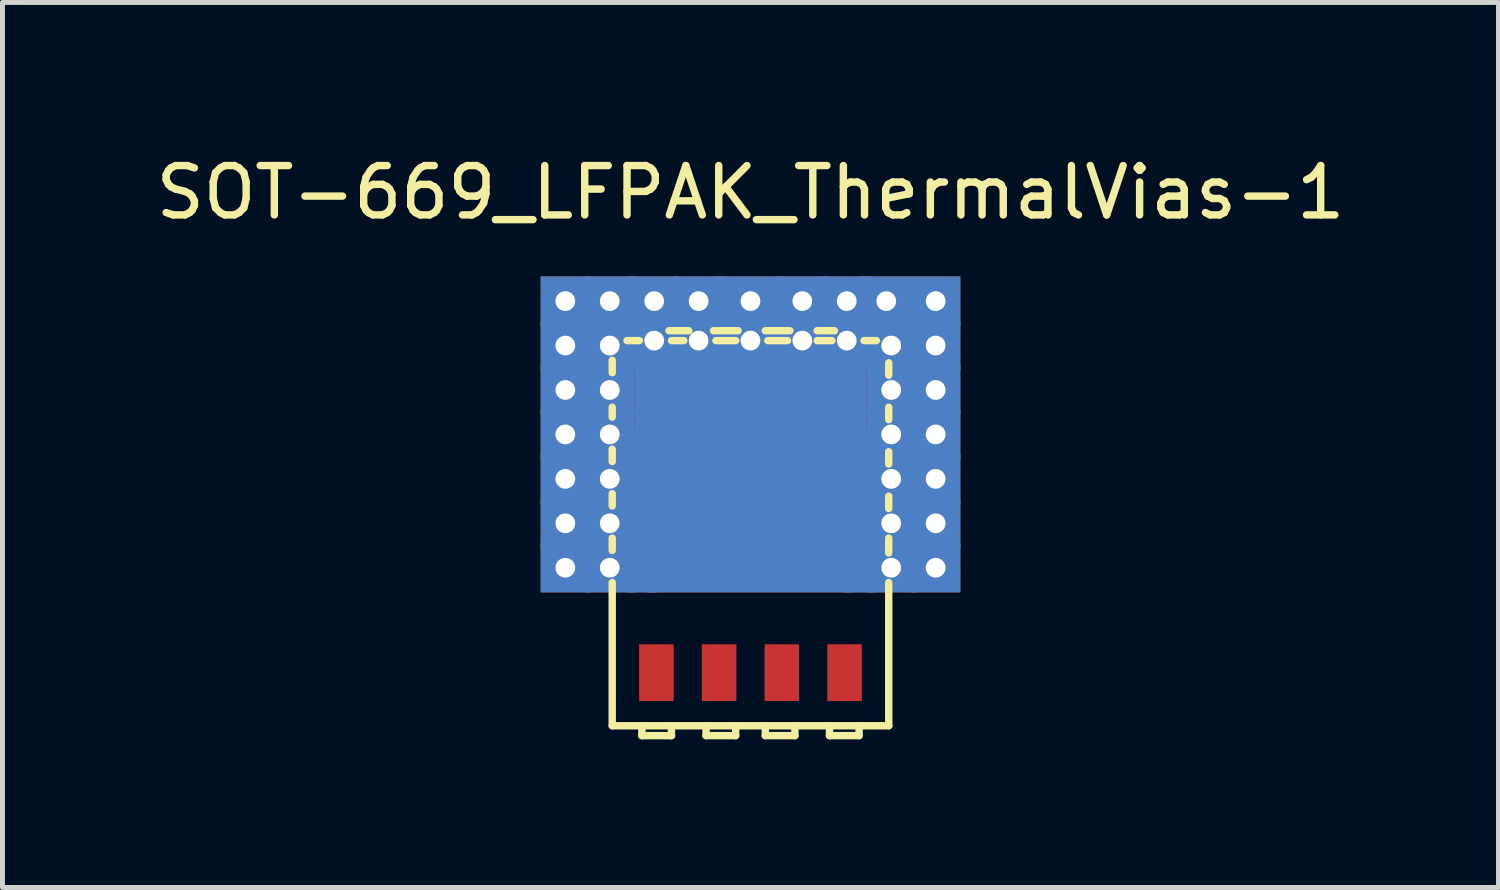
<source format=kicad_pcb>
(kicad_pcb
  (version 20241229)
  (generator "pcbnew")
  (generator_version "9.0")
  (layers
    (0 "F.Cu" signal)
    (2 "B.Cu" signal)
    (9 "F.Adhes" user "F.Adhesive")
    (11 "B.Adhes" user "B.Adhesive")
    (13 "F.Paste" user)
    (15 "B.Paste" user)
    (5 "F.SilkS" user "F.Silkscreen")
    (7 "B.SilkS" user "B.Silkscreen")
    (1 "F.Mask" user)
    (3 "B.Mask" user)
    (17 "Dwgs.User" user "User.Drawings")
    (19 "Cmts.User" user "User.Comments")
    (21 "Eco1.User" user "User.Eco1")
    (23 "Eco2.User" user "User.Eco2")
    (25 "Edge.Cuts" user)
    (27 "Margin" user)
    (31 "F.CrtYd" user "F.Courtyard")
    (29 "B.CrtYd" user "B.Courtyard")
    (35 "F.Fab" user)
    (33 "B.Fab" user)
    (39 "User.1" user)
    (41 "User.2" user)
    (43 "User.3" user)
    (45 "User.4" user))
  (footprint "SOT-669_LFPAK_ThermalVias-1"
    (layer "F.Cu")
    (at 12.149 7.748)
    (property "Reference" "SOT-669_LFPAK_ThermalVias-1" (at 0 -6.9 0) (layer "F.SilkS") (effects (font (size 1 1) (thickness 0.15))))
    (attr through_hole)
    (fp_line (start -2.8 -3.5) (end -2.8 -3.25) (stroke (width 0.15) (type solid)) (layer "F.SilkS"))
    (fp_line (start -2.8 -2.55) (end -2.8 -2.35) (stroke (width 0.15) (type solid)) (layer "F.SilkS"))
    (fp_line (start -2.8 -1.7) (end -2.8 -1.45) (stroke (width 0.15) (type solid)) (layer "F.SilkS"))
    (fp_line (start -2.8 -0.8) (end -2.8 -0.55) (stroke (width 0.15) (type solid)) (layer "F.SilkS"))
    (fp_line (start -2.8 0.1) (end -2.8 0.35) (stroke (width 0.15) (type solid)) (layer "F.SilkS"))
    (fp_line (start -2.8 1) (end -2.8 3.9) (stroke (width 0.15) (type solid)) (layer "F.SilkS"))
    (fp_line (start -2.25 -3.9) (end -2.5 -3.9) (stroke (width 0.15) (type solid)) (layer "F.SilkS"))
    (fp_line (start -2.2 3.9) (end -2.2 4.1) (stroke (width 0.15) (type solid)) (layer "F.SilkS"))
    (fp_line (start -2.2 4.1) (end -1.6 4.1) (stroke (width 0.15) (type solid)) (layer "F.SilkS"))
    (fp_line (start -1.6 4.1) (end -1.6 3.9) (stroke (width 0.15) (type solid)) (layer "F.SilkS"))
    (fp_line (start -1.35 -3.9) (end -1.6 -3.9) (stroke (width 0.15) (type solid)) (layer "F.SilkS"))
    (fp_line (start -1.25 -4.1) (end -1.65 -4.1) (stroke (width 0.15) (type solid)) (layer "F.SilkS"))
    (fp_line (start -0.9 3.9) (end -0.9 4.1) (stroke (width 0.15) (type solid)) (layer "F.SilkS"))
    (fp_line (start -0.9 4.1) (end -0.3 4.1) (stroke (width 0.15) (type solid)) (layer "F.SilkS"))
    (fp_line (start -0.3 -3.9) (end -0.7 -3.9) (stroke (width 0.15) (type solid)) (layer "F.SilkS"))
    (fp_line (start -0.3 4.1) (end -0.3 3.9) (stroke (width 0.15) (type solid)) (layer "F.SilkS"))
    (fp_line (start -0.25 -4.1) (end -0.75 -4.1) (stroke (width 0.15) (type solid)) (layer "F.SilkS"))
    (fp_line (start 0.3 3.9) (end 0.3 4.1) (stroke (width 0.15) (type solid)) (layer "F.SilkS"))
    (fp_line (start 0.3 4.1) (end 0.9 4.1) (stroke (width 0.15) (type solid)) (layer "F.SilkS"))
    (fp_line (start 0.75 -3.9) (end 0.35 -3.9) (stroke (width 0.15) (type solid)) (layer "F.SilkS"))
    (fp_line (start 0.8 -4.1) (end 0.3 -4.1) (stroke (width 0.15) (type solid)) (layer "F.SilkS"))
    (fp_line (start 0.9 4.1) (end 0.9 3.9) (stroke (width 0.15) (type solid)) (layer "F.SilkS"))
    (fp_line (start 1.6 3.9) (end 1.6 4.1) (stroke (width 0.15) (type solid)) (layer "F.SilkS"))
    (fp_line (start 1.6 4.1) (end 2.2 4.1) (stroke (width 0.15) (type solid)) (layer "F.SilkS"))
    (fp_line (start 1.65 -3.9) (end 1.35 -3.9) (stroke (width 0.15) (type solid)) (layer "F.SilkS"))
    (fp_line (start 1.7 -4.1) (end 1.35 -4.1) (stroke (width 0.15) (type solid)) (layer "F.SilkS"))
    (fp_line (start 2.2 4.1) (end 2.2 3.9) (stroke (width 0.15) (type solid)) (layer "F.SilkS"))
    (fp_line (start 2.55 -3.9) (end 2.3 -3.9) (stroke (width 0.15) (type solid)) (layer "F.SilkS"))
    (fp_line (start 2.8 -3.2) (end 2.8 -3.45) (stroke (width 0.15) (type solid)) (layer "F.SilkS"))
    (fp_line (start 2.8 -2.3) (end 2.8 -2.55) (stroke (width 0.15) (type solid)) (layer "F.SilkS"))
    (fp_line (start 2.8 -1.4) (end 2.8 -1.65) (stroke (width 0.15) (type solid)) (layer "F.SilkS"))
    (fp_line (start 2.8 -0.5) (end 2.8 -0.75) (stroke (width 0.15) (type solid)) (layer "F.SilkS"))
    (fp_line (start 2.8 0.4) (end 2.8 0.1) (stroke (width 0.15) (type solid)) (layer "F.SilkS"))
    (fp_line (start 2.8 3.9) (end -2.8 3.9) (stroke (width 0.15) (type solid)) (layer "F.SilkS"))
    (fp_line (start 2.8 3.9) (end 2.8 1) (stroke (width 0.15) (type solid)) (layer "F.SilkS"))
    (pad "" smd rect (at -1.875 -2.9) (size 0.6 0.9) (layers "F.Paste"))
    (pad "" smd rect (at -1.15 -1.05 90) (size 0.6 0.9) (layers "F.Paste"))
    (pad "" smd rect (at -1.15 -0.2 90) (size 0.6 0.9) (layers "F.Paste"))
    (pad "" smd rect (at -1.15 0.65 90) (size 0.6 0.9) (layers "F.Paste"))
    (pad "" smd rect (at -0.6 -2.9) (size 0.6 0.9) (layers "F.Paste"))
    (pad "" smd rect (at 0 -1.05 90) (size 0.6 0.9) (layers "F.Paste"))
    (pad "" smd rect (at 0 -0.2 90) (size 0.6 0.9) (layers "F.Paste"))
    (pad "" smd rect (at 0 0.65 90) (size 0.6 0.9) (layers "F.Paste"))
    (pad "" smd rect (at 0.6 -2.9) (size 0.6 0.9) (layers "F.Paste"))
    (pad "" smd rect (at 1.15 -1.05 90) (size 0.6 0.9) (layers "F.Paste"))
    (pad "" smd rect (at 1.15 -0.2 90) (size 0.6 0.9) (layers "F.Paste"))
    (pad "" smd rect (at 1.15 0.65 90) (size 0.6 0.9) (layers "F.Paste"))
    (pad "" smd rect (at 1.875 -2.9) (size 0.6 0.9) (layers "F.Paste"))
    (pad "1" smd rect (at -1.905 2.825) (size 0.7 1.15) (layers "F.Cu" "F.Mask" "F.Paste"))
    (pad "2" smd rect (at -0.635 2.825) (size 0.7 1.15) (layers "F.Cu" "F.Mask" "F.Paste"))
    (pad "3" smd rect (at 0.635 2.825) (size 0.7 1.15) (layers "F.Cu" "F.Mask" "F.Paste"))
    (pad "4" smd rect (at 1.905 2.825) (size 0.7 1.15) (layers "F.Cu" "F.Mask" "F.Paste"))
    (pad "5" thru_hole rect (at -3.75 -4.7) (size 1 1) (drill 0.4) (layers "*.Cu"))
    (pad "5" thru_hole rect (at -3.75 -3.8) (size 1 1) (drill 0.4) (layers "*.Cu"))
    (pad "5" thru_hole rect (at -3.75 -2.9) (size 1 1) (drill 0.4) (layers "*.Cu"))
    (pad "5" thru_hole rect (at -3.75 -2) (size 1 1) (drill 0.4) (layers "*.Cu"))
    (pad "5" thru_hole rect (at -3.75 -1.1) (size 1 1) (drill 0.4) (layers "*.Cu"))
    (pad "5" thru_hole rect (at -3.75 -0.2) (size 1 1) (drill 0.4) (layers "*.Cu"))
    (pad "5" thru_hole rect (at -3.75 0.7) (size 1 1) (drill 0.4) (layers "*.Cu"))
    (pad "5" thru_hole rect (at -2.85 -4.7) (size 1 1) (drill 0.4) (layers "*.Cu"))
    (pad "5" thru_hole rect (at -2.85 -3.8) (size 1 1) (drill 0.4) (layers "*.Cu"))
    (pad "5" thru_hole rect (at -2.85 -2.9) (size 1 1) (drill 0.4) (layers "*.Cu"))
    (pad "5" thru_hole rect (at -2.85 -2) (size 1 1) (drill 0.4) (layers "*.Cu"))
    (pad "5" thru_hole rect (at -2.85 -1.1) (size 1 1) (drill 0.4) (layers "*.Cu"))
    (pad "5" thru_hole rect (at -2.85 -0.2) (size 1 1) (drill 0.4) (layers "*.Cu"))
    (pad "5" thru_hole rect (at -2.85 0.7) (size 1 1) (drill 0.4) (layers "*.Cu"))
    (pad "5" smd rect (at -2.25 -1.75) (size 0.5 0.5) (layers "F.Cu"))
    (pad "5" smd rect (at -2.2 -0.45) (size 0.6 3.3) (layers "F.Cu"))
    (pad "5" smd rect (at -2.2 -0.45) (size 0.6 3.3) (layers "B.Cu"))
    (pad "5" thru_hole rect (at -1.95 -4.7) (size 1 1) (drill 0.4) (layers "*.Cu"))
    (pad "5" thru_hole rect (at -1.95 -3.9) (size 1 1) (drill 0.4) (layers "*.Cu"))
    (pad "5" thru_hole rect (at -1.05 -4.7) (size 1 1) (drill 0.4) (layers "*.Cu"))
    (pad "5" thru_hole rect (at -1.05 -3.9) (size 1 1) (drill 0.4) (layers "*.Cu"))
    (pad "5" thru_hole rect (at 0 -4.7) (size 1.4 1) (drill 0.4) (layers "*.Cu"))
    (pad "5" thru_hole rect (at 0 -3.9) (size 1.4 1) (drill 0.4) (layers "*.Cu"))
    (pad "5" smd rect (at 0 -2.65) (size 4.7 1.55) (layers "F.Cu" "F.Mask"))
    (pad "5" smd rect (at 0 -2.65) (size 4.7 1.55) (layers "F.Mask" "B.Cu"))
    (pad "5" smd rect (at 0 -0.45) (size 4.2 3.3) (layers "F.Cu" "F.Mask"))
    (pad "5" smd rect (at 0 -0.45) (size 4.2 3.3) (layers "F.Mask" "B.Cu"))
    (pad "5" thru_hole rect (at 1.05 -4.7) (size 1 1) (drill 0.4) (layers "*.Cu"))
    (pad "5" thru_hole rect (at 1.05 -3.9) (size 1 1) (drill 0.4) (layers "*.Cu"))
    (pad "5" thru_hole rect (at 1.95 -4.7) (size 1 1) (drill 0.4) (layers "*.Cu"))
    (pad "5" thru_hole rect (at 1.95 -3.9) (size 1 1) (drill 0.4) (layers "*.Cu"))
    (pad "5" smd rect (at 2.2 -0.45) (size 0.6 3.3) (layers "F.Cu"))
    (pad "5" smd rect (at 2.2 -0.45) (size 0.6 3.3) (layers "B.Cu"))
    (pad "5" smd rect (at 2.25 -1.75) (size 0.5 0.5) (layers "F.Cu"))
    (pad "5" thru_hole rect (at 2.75 -4.7) (size 1 1) (drill 0.4) (layers "*.Cu"))
    (pad "5" thru_hole rect (at 2.85 -3.8) (size 1 1) (drill 0.4) (layers "*.Cu"))
    (pad "5" thru_hole rect (at 2.85 -2.9) (size 1 1) (drill 0.4) (layers "*.Cu"))
    (pad "5" thru_hole rect (at 2.85 -2) (size 1 1) (drill 0.4) (layers "*.Cu"))
    (pad "5" thru_hole rect (at 2.85 -1.1) (size 1 1) (drill 0.4) (layers "*.Cu"))
    (pad "5" thru_hole rect (at 2.85 -0.2) (size 1 1) (drill 0.4) (layers "*.Cu"))
    (pad "5" thru_hole rect (at 2.85 0.7) (size 1 1) (drill 0.4) (layers "*.Cu"))
    (pad "5" thru_hole rect (at 3.75 -4.7) (size 1 1) (drill 0.4) (layers "*.Cu"))
    (pad "5" thru_hole rect (at 3.75 -3.8) (size 1 1) (drill 0.4) (layers "*.Cu"))
    (pad "5" thru_hole rect (at 3.75 -2.9) (size 1 1) (drill 0.4) (layers "*.Cu"))
    (pad "5" thru_hole rect (at 3.75 -2) (size 1 1) (drill 0.4) (layers "*.Cu"))
    (pad "5" thru_hole rect (at 3.75 -1.1) (size 1 1) (drill 0.4) (layers "*.Cu"))
    (pad "5" thru_hole rect (at 3.75 -0.2) (size 1 1) (drill 0.4) (layers "*.Cu"))
    (pad "5" thru_hole rect (at 3.75 0.7) (size 1 1) (drill 0.4) (layers "*.Cu")))
  (gr_rect
    (start -3 -3)
    (end 27.298 14.923)
    (stroke (width 0.1) (type default))
    (fill no)
    (layer "Edge.Cuts")))
</source>
